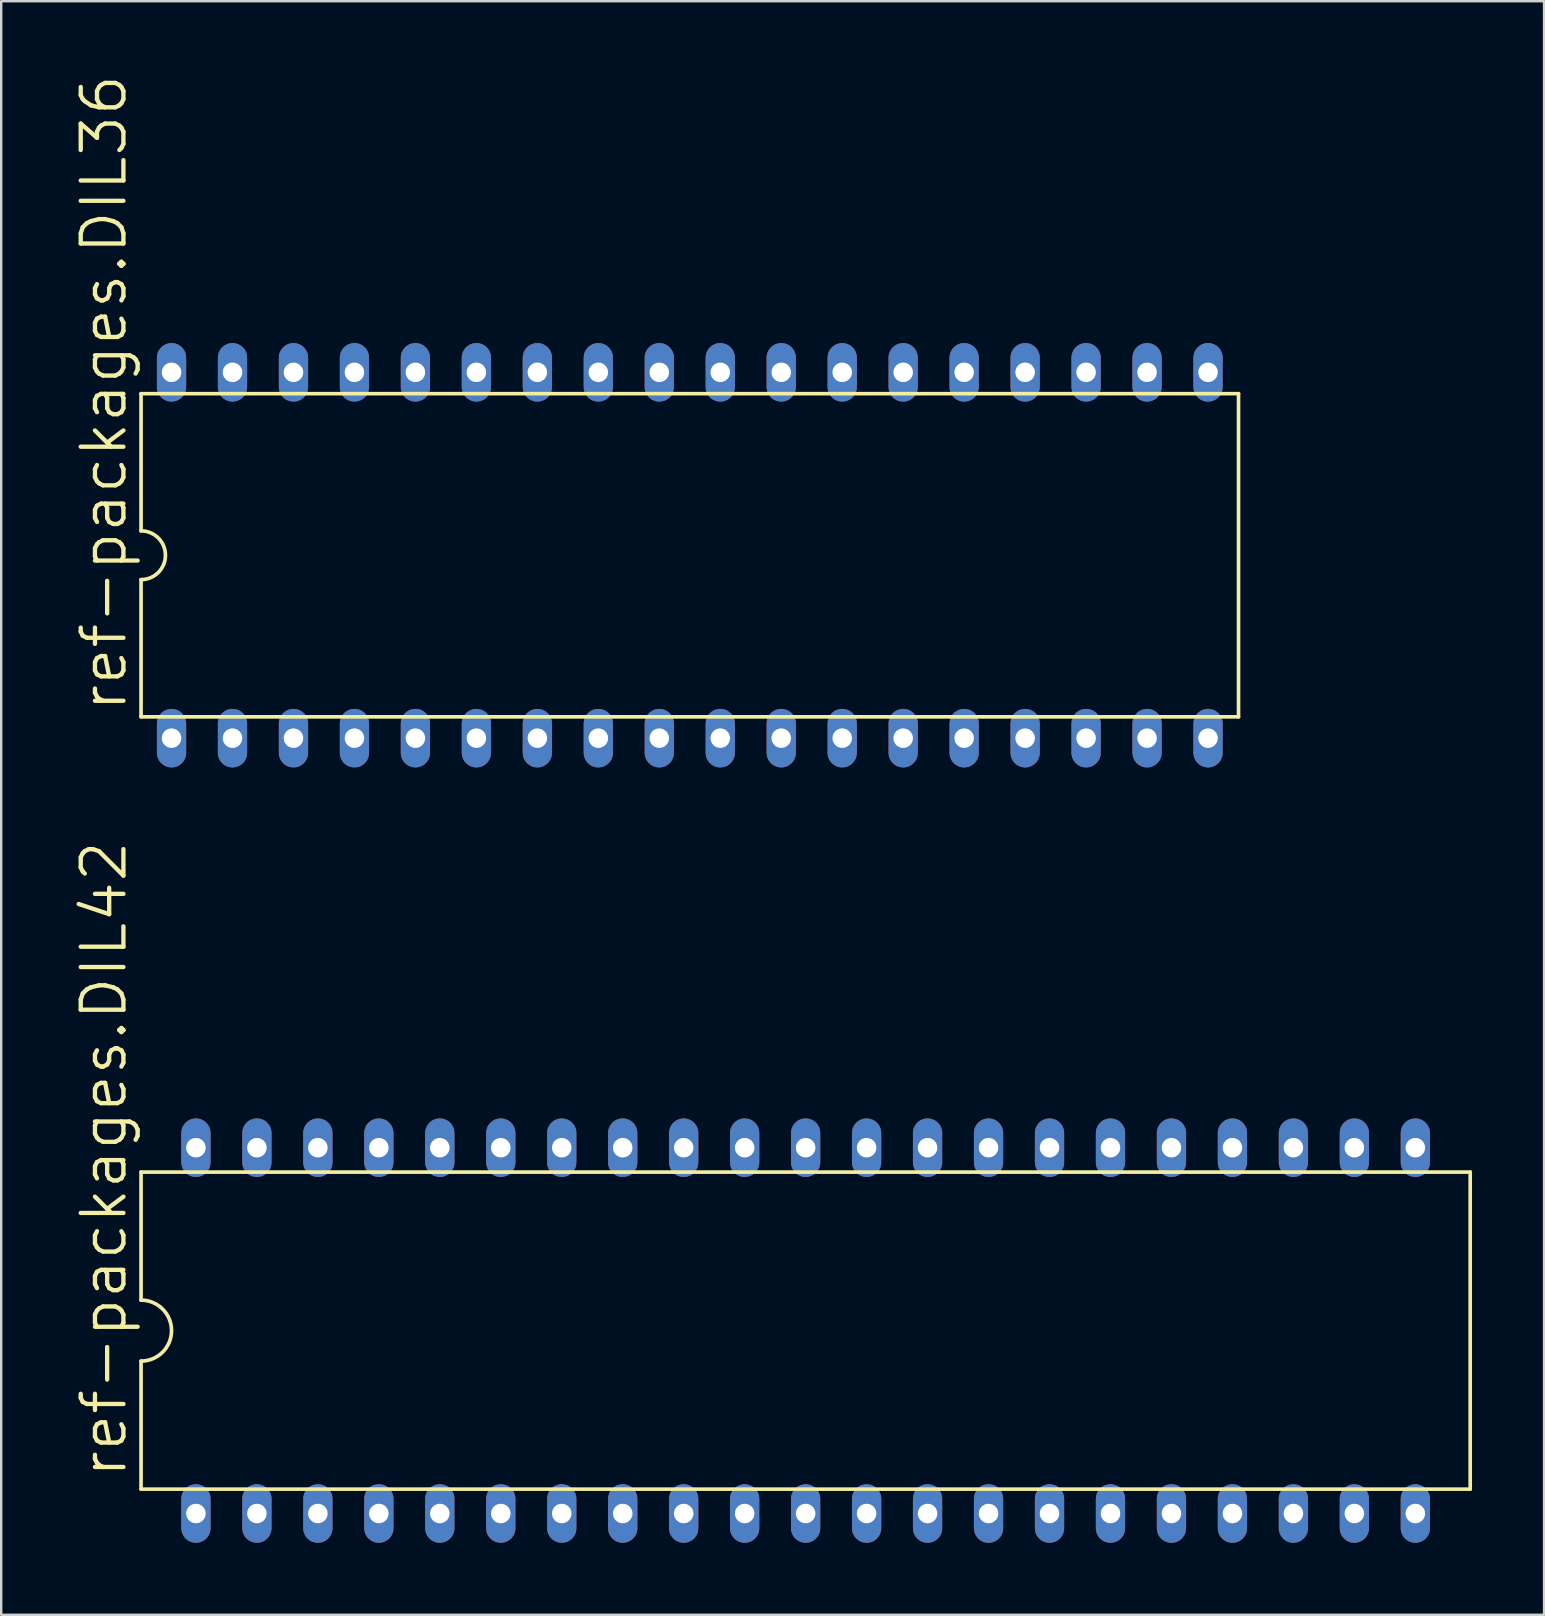
<source format=kicad_pcb>
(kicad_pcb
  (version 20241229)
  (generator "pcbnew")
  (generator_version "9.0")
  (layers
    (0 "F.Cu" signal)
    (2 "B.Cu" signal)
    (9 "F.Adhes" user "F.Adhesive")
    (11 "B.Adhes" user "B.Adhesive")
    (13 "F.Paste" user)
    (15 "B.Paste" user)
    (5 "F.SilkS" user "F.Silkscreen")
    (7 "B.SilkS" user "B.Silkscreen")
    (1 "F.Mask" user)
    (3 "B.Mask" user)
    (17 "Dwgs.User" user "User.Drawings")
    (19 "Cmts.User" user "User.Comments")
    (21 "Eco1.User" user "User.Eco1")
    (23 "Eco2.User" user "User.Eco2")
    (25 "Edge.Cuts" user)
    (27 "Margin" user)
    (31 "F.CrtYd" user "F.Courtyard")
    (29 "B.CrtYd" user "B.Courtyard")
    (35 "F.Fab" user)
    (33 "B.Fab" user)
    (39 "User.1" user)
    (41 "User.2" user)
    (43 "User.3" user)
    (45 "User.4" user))
  (footprint "ref-packages.DIL36"
    (layer "F.Cu")
    (at 25.686 20.081)
    (property "Reference" "ref-packages.DIL36" (at -23.368 6.604 90) (layer "F.SilkS") (effects (font (size 1.778 1.778) (thickness 0.18)) (justify left bottom)))
    (attr through_hole)
    (fp_line (start -22.86 -6.731) (end -22.86 -1.016) (stroke (width 0.152) (type default)) (layer "F.SilkS"))
    (fp_line (start -22.86 6.731) (end -22.86 1.016) (stroke (width 0.152) (type default)) (layer "F.SilkS"))
    (fp_line (start -22.86 6.731) (end 22.86 6.731) (stroke (width 0.152) (type default)) (layer "F.SilkS"))
    (fp_line (start 22.86 -6.731) (end -22.86 -6.731) (stroke (width 0.152) (type default)) (layer "F.SilkS"))
    (fp_line (start 22.86 -6.731) (end 22.86 6.731) (stroke (width 0.152) (type default)) (layer "F.SilkS"))
    (fp_arc (start -22.86 -1.016) (mid -21.844 0) (end -22.86 1.016) (stroke (width 0.1524) (type default)) (layer "F.SilkS"))
    (pad "1" thru_hole oval (at -21.59 7.62 90) (size 2.438 1.219) (drill 0.813) (layers "*.Cu" "*.Mask"))
    (pad "2" thru_hole oval (at -19.05 7.62 90) (size 2.438 1.219) (drill 0.813) (layers "*.Cu" "*.Mask"))
    (pad "3" thru_hole oval (at -16.51 7.62 90) (size 2.438 1.219) (drill 0.813) (layers "*.Cu" "*.Mask"))
    (pad "4" thru_hole oval (at -13.97 7.62 90) (size 2.438 1.219) (drill 0.813) (layers "*.Cu" "*.Mask"))
    (pad "5" thru_hole oval (at -11.43 7.62 90) (size 2.438 1.219) (drill 0.813) (layers "*.Cu" "*.Mask"))
    (pad "6" thru_hole oval (at -8.89 7.62 90) (size 2.438 1.219) (drill 0.813) (layers "*.Cu" "*.Mask"))
    (pad "7" thru_hole oval (at -6.35 7.62 90) (size 2.438 1.219) (drill 0.813) (layers "*.Cu" "*.Mask"))
    (pad "8" thru_hole oval (at -3.81 7.62 90) (size 2.438 1.219) (drill 0.813) (layers "*.Cu" "*.Mask"))
    (pad "9" thru_hole oval (at -1.27 7.62 90) (size 2.438 1.219) (drill 0.813) (layers "*.Cu" "*.Mask"))
    (pad "10" thru_hole oval (at 1.27 7.62 90) (size 2.438 1.219) (drill 0.813) (layers "*.Cu" "*.Mask"))
    (pad "11" thru_hole oval (at 3.81 7.62 90) (size 2.438 1.219) (drill 0.813) (layers "*.Cu" "*.Mask"))
    (pad "12" thru_hole oval (at 6.35 7.62 90) (size 2.438 1.219) (drill 0.813) (layers "*.Cu" "*.Mask"))
    (pad "13" thru_hole oval (at 8.89 7.62 90) (size 2.438 1.219) (drill 0.813) (layers "*.Cu" "*.Mask"))
    (pad "14" thru_hole oval (at 11.43 7.62 90) (size 2.438 1.219) (drill 0.813) (layers "*.Cu" "*.Mask"))
    (pad "15" thru_hole oval (at 13.97 7.62 90) (size 2.438 1.219) (drill 0.813) (layers "*.Cu" "*.Mask"))
    (pad "16" thru_hole oval (at 16.51 7.62 90) (size 2.438 1.219) (drill 0.813) (layers "*.Cu" "*.Mask"))
    (pad "17" thru_hole oval (at 19.05 7.62 90) (size 2.438 1.219) (drill 0.813) (layers "*.Cu" "*.Mask"))
    (pad "18" thru_hole oval (at 21.59 7.62 90) (size 2.438 1.219) (drill 0.813) (layers "*.Cu" "*.Mask"))
    (pad "19" thru_hole oval (at 21.59 -7.62 90) (size 2.438 1.219) (drill 0.813) (layers "*.Cu" "*.Mask"))
    (pad "20" thru_hole oval (at 19.05 -7.62 90) (size 2.438 1.219) (drill 0.813) (layers "*.Cu" "*.Mask"))
    (pad "21" thru_hole oval (at 16.51 -7.62 90) (size 2.438 1.219) (drill 0.813) (layers "*.Cu" "*.Mask"))
    (pad "22" thru_hole oval (at 13.97 -7.62 90) (size 2.438 1.219) (drill 0.813) (layers "*.Cu" "*.Mask"))
    (pad "23" thru_hole oval (at 11.43 -7.62 90) (size 2.438 1.219) (drill 0.813) (layers "*.Cu" "*.Mask"))
    (pad "24" thru_hole oval (at 8.89 -7.62 90) (size 2.438 1.219) (drill 0.813) (layers "*.Cu" "*.Mask"))
    (pad "25" thru_hole oval (at 6.35 -7.62 90) (size 2.438 1.219) (drill 0.813) (layers "*.Cu" "*.Mask"))
    (pad "26" thru_hole oval (at 3.81 -7.62 90) (size 2.438 1.219) (drill 0.813) (layers "*.Cu" "*.Mask"))
    (pad "27" thru_hole oval (at 1.27 -7.62 90) (size 2.438 1.219) (drill 0.813) (layers "*.Cu" "*.Mask"))
    (pad "28" thru_hole oval (at -1.27 -7.62 90) (size 2.438 1.219) (drill 0.813) (layers "*.Cu" "*.Mask"))
    (pad "29" thru_hole oval (at -3.81 -7.62 90) (size 2.438 1.219) (drill 0.813) (layers "*.Cu" "*.Mask"))
    (pad "30" thru_hole oval (at -6.35 -7.62 90) (size 2.438 1.219) (drill 0.813) (layers "*.Cu" "*.Mask"))
    (pad "31" thru_hole oval (at -8.89 -7.62 90) (size 2.438 1.219) (drill 0.813) (layers "*.Cu" "*.Mask"))
    (pad "32" thru_hole oval (at -11.43 -7.62 90) (size 2.438 1.219) (drill 0.813) (layers "*.Cu" "*.Mask"))
    (pad "33" thru_hole oval (at -13.97 -7.62 90) (size 2.438 1.219) (drill 0.813) (layers "*.Cu" "*.Mask"))
    (pad "34" thru_hole oval (at -16.51 -7.62 90) (size 2.438 1.219) (drill 0.813) (layers "*.Cu" "*.Mask"))
    (pad "35" thru_hole oval (at -19.05 -7.62 90) (size 2.438 1.219) (drill 0.813) (layers "*.Cu" "*.Mask"))
    (pad "36" thru_hole oval (at -21.59 -7.62 90) (size 2.438 1.219) (drill 0.813) (layers "*.Cu" "*.Mask")))
  (footprint "ref-packages.DIL42"
    (layer "F.Cu")
    (at 30.512 52.382)
    (property "Reference" "ref-packages.DIL42" (at -28.194 6.223 90) (layer "F.SilkS") (effects (font (size 1.778 1.778) (thickness 0.18)) (justify left bottom)))
    (attr through_hole)
    (fp_line (start -27.686 -6.604) (end -27.686 -1.27) (stroke (width 0.152) (type default)) (layer "F.SilkS"))
    (fp_line (start -27.686 -6.604) (end 27.686 -6.604) (stroke (width 0.152) (type default)) (layer "F.SilkS"))
    (fp_line (start -27.686 1.27) (end -27.686 6.604) (stroke (width 0.152) (type default)) (layer "F.SilkS"))
    (fp_line (start -27.686 6.604) (end 27.686 6.604) (stroke (width 0.152) (type default)) (layer "F.SilkS"))
    (fp_line (start 27.686 6.604) (end 27.686 -6.604) (stroke (width 0.152) (type default)) (layer "F.SilkS"))
    (fp_arc (start -27.686 -1.27) (mid -26.416 0) (end -27.686 1.27) (stroke (width 0.1524) (type default)) (layer "F.SilkS"))
    (pad "1" thru_hole oval (at -25.4 7.62 90) (size 2.438 1.219) (drill 0.813) (layers "*.Cu" "*.Mask"))
    (pad "2" thru_hole oval (at -22.86 7.62 90) (size 2.438 1.219) (drill 0.813) (layers "*.Cu" "*.Mask"))
    (pad "3" thru_hole oval (at -20.32 7.62 90) (size 2.438 1.219) (drill 0.813) (layers "*.Cu" "*.Mask"))
    (pad "4" thru_hole oval (at -17.78 7.62 90) (size 2.438 1.219) (drill 0.813) (layers "*.Cu" "*.Mask"))
    (pad "5" thru_hole oval (at -15.24 7.62 90) (size 2.438 1.219) (drill 0.813) (layers "*.Cu" "*.Mask"))
    (pad "6" thru_hole oval (at -12.7 7.62 90) (size 2.438 1.219) (drill 0.813) (layers "*.Cu" "*.Mask"))
    (pad "7" thru_hole oval (at -10.16 7.62 90) (size 2.438 1.219) (drill 0.813) (layers "*.Cu" "*.Mask"))
    (pad "8" thru_hole oval (at -7.62 7.62 90) (size 2.438 1.219) (drill 0.813) (layers "*.Cu" "*.Mask"))
    (pad "9" thru_hole oval (at -5.08 7.62 90) (size 2.438 1.219) (drill 0.813) (layers "*.Cu" "*.Mask"))
    (pad "10" thru_hole oval (at -2.54 7.62 90) (size 2.438 1.219) (drill 0.813) (layers "*.Cu" "*.Mask"))
    (pad "11" thru_hole oval (at 0 7.62 90) (size 2.438 1.219) (drill 0.813) (layers "*.Cu" "*.Mask"))
    (pad "12" thru_hole oval (at 2.54 7.62 90) (size 2.438 1.219) (drill 0.813) (layers "*.Cu" "*.Mask"))
    (pad "13" thru_hole oval (at 5.08 7.62 90) (size 2.438 1.219) (drill 0.813) (layers "*.Cu" "*.Mask"))
    (pad "14" thru_hole oval (at 7.62 7.62 90) (size 2.438 1.219) (drill 0.813) (layers "*.Cu" "*.Mask"))
    (pad "15" thru_hole oval (at 10.16 7.62 90) (size 2.438 1.219) (drill 0.813) (layers "*.Cu" "*.Mask"))
    (pad "16" thru_hole oval (at 12.7 7.62 90) (size 2.438 1.219) (drill 0.813) (layers "*.Cu" "*.Mask"))
    (pad "17" thru_hole oval (at 15.24 7.62 90) (size 2.438 1.219) (drill 0.813) (layers "*.Cu" "*.Mask"))
    (pad "18" thru_hole oval (at 17.78 7.62 90) (size 2.438 1.219) (drill 0.813) (layers "*.Cu" "*.Mask"))
    (pad "19" thru_hole oval (at 20.32 7.62 90) (size 2.438 1.219) (drill 0.813) (layers "*.Cu" "*.Mask"))
    (pad "20" thru_hole oval (at 22.86 7.62 90) (size 2.438 1.219) (drill 0.813) (layers "*.Cu" "*.Mask"))
    (pad "21" thru_hole oval (at 25.4 7.62 90) (size 2.438 1.219) (drill 0.813) (layers "*.Cu" "*.Mask"))
    (pad "22" thru_hole oval (at 25.4 -7.62 90) (size 2.438 1.219) (drill 0.813) (layers "*.Cu" "*.Mask"))
    (pad "23" thru_hole oval (at 22.86 -7.62 90) (size 2.438 1.219) (drill 0.813) (layers "*.Cu" "*.Mask"))
    (pad "24" thru_hole oval (at 20.32 -7.62 90) (size 2.438 1.219) (drill 0.813) (layers "*.Cu" "*.Mask"))
    (pad "25" thru_hole oval (at 17.78 -7.62 90) (size 2.438 1.219) (drill 0.813) (layers "*.Cu" "*.Mask"))
    (pad "26" thru_hole oval (at 15.24 -7.62 90) (size 2.438 1.219) (drill 0.813) (layers "*.Cu" "*.Mask"))
    (pad "27" thru_hole oval (at 12.7 -7.62 90) (size 2.438 1.219) (drill 0.813) (layers "*.Cu" "*.Mask"))
    (pad "28" thru_hole oval (at 10.16 -7.62 90) (size 2.438 1.219) (drill 0.813) (layers "*.Cu" "*.Mask"))
    (pad "29" thru_hole oval (at 7.62 -7.62 90) (size 2.438 1.219) (drill 0.813) (layers "*.Cu" "*.Mask"))
    (pad "30" thru_hole oval (at 5.08 -7.62 90) (size 2.438 1.219) (drill 0.813) (layers "*.Cu" "*.Mask"))
    (pad "31" thru_hole oval (at 2.54 -7.62 90) (size 2.438 1.219) (drill 0.813) (layers "*.Cu" "*.Mask"))
    (pad "32" thru_hole oval (at 0 -7.62 90) (size 2.438 1.219) (drill 0.813) (layers "*.Cu" "*.Mask"))
    (pad "33" thru_hole oval (at -2.54 -7.62 90) (size 2.438 1.219) (drill 0.813) (layers "*.Cu" "*.Mask"))
    (pad "34" thru_hole oval (at -5.08 -7.62 90) (size 2.438 1.219) (drill 0.813) (layers "*.Cu" "*.Mask"))
    (pad "35" thru_hole oval (at -7.62 -7.62 90) (size 2.438 1.219) (drill 0.813) (layers "*.Cu" "*.Mask"))
    (pad "36" thru_hole oval (at -10.16 -7.62 90) (size 2.438 1.219) (drill 0.813) (layers "*.Cu" "*.Mask"))
    (pad "37" thru_hole oval (at -12.7 -7.62 90) (size 2.438 1.219) (drill 0.813) (layers "*.Cu" "*.Mask"))
    (pad "38" thru_hole oval (at -15.24 -7.62 90) (size 2.438 1.219) (drill 0.813) (layers "*.Cu" "*.Mask"))
    (pad "39" thru_hole oval (at -17.78 -7.62 90) (size 2.438 1.219) (drill 0.813) (layers "*.Cu" "*.Mask"))
    (pad "40" thru_hole oval (at -20.32 -7.62 90) (size 2.438 1.219) (drill 0.813) (layers "*.Cu" "*.Mask"))
    (pad "41" thru_hole oval (at -22.86 -7.62 90) (size 2.438 1.219) (drill 0.813) (layers "*.Cu" "*.Mask"))
    (pad "42" thru_hole oval (at -25.4 -7.62 90) (size 2.438 1.219) (drill 0.813) (layers "*.Cu" "*.Mask")))
  (gr_rect
    (start -3 -3)
    (end 61.274 64.222)
    (stroke (width 0.1) (type default))
    (fill no)
    (layer "Edge.Cuts")))
</source>
